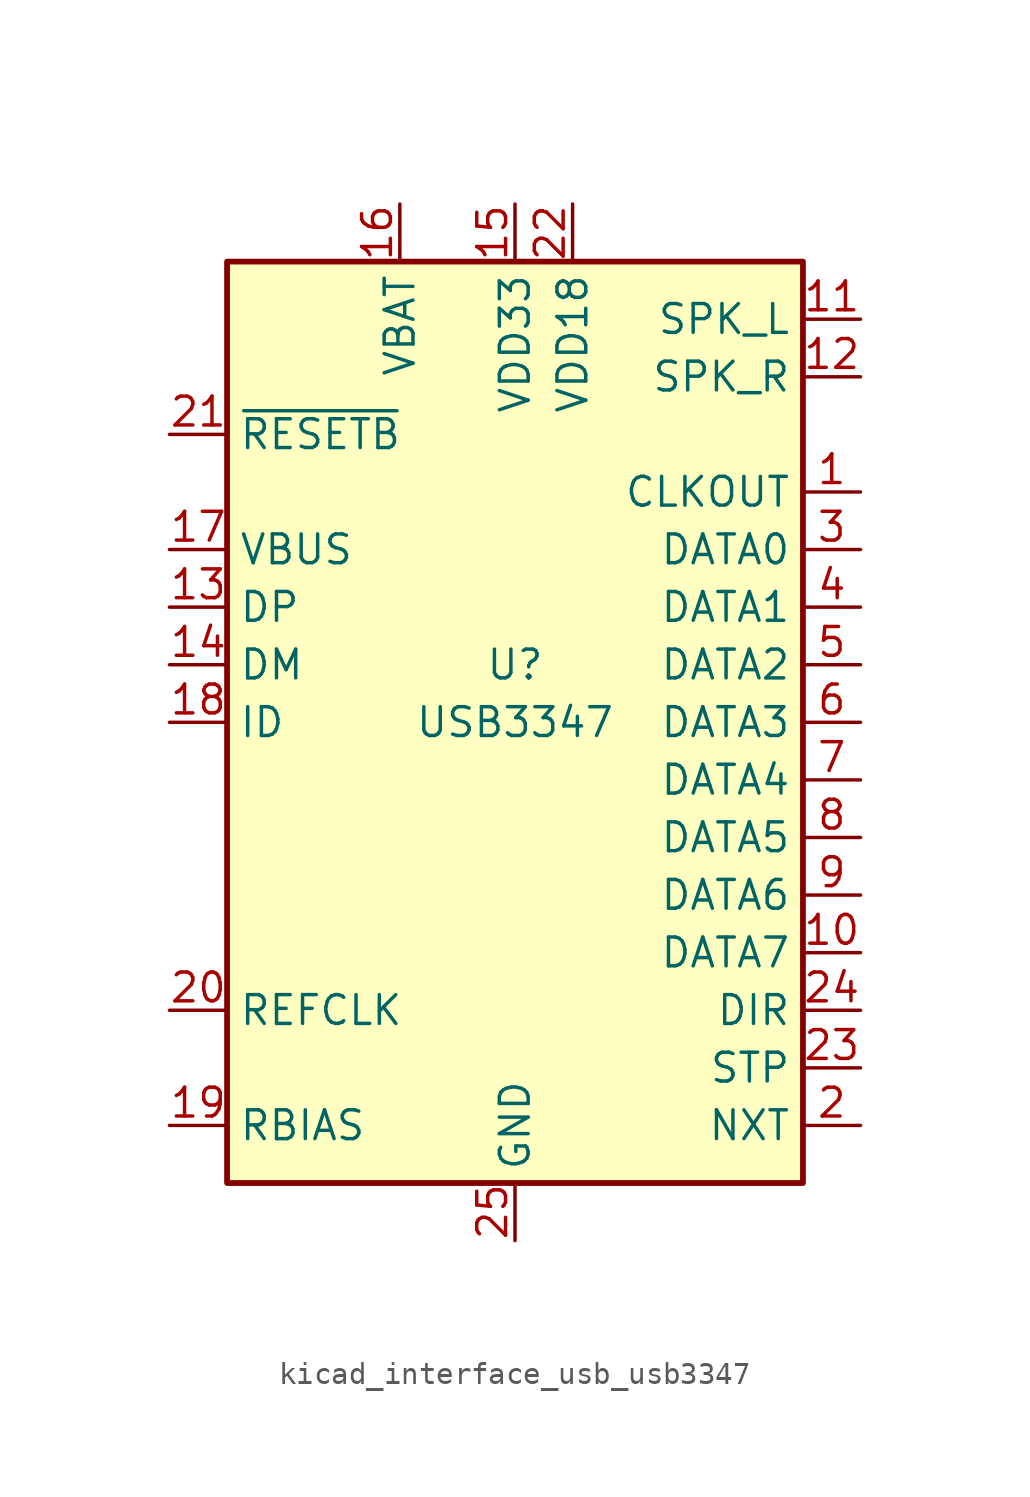
<source format=kicad_sym>
(kicad_symbol_lib
  (version 20220914)
  (generator kicad_symbol_editor)
  (symbol "kicad_interface_usb_usb3347"
    (property "Reference" "U"
      (at 0 2.54 0)
      (effects (font (size 1.27 1.27))))
    (property "Value" "USB3347"
      (at 0 0 0)
      (effects (font (size 1.27 1.27))))
    (symbol "kicad_interface_usb_usb3347_0_1"
      (rectangle (start -12.7 20.32) (end 12.7 -20.32) (stroke (width 0.254) (type default)) (fill (type background))))
    (symbol "kicad_interface_usb_usb3347_1_1"
      (pin output line (at 15.24 10.16 180) (length 2.54) (name "CLKOUT" (effects (font (size 1.27 1.27)))) (number "1" (effects (font (size 1.27 1.27)))))
      (pin bidirectional line (at 15.24 -10.16 180) (length 2.54) (name "DATA7" (effects (font (size 1.27 1.27)))) (number "10" (effects (font (size 1.27 1.27)))))
      (pin bidirectional line (at 15.24 17.78 180) (length 2.54) (name "SPK_L" (effects (font (size 1.27 1.27)))) (number "11" (effects (font (size 1.27 1.27)))))
      (pin bidirectional line (at 15.24 15.24 180) (length 2.54) (name "SPK_R" (effects (font (size 1.27 1.27)))) (number "12" (effects (font (size 1.27 1.27)))))
      (pin bidirectional line (at -15.24 5.08 0) (length 2.54) (name "DP" (effects (font (size 1.27 1.27)))) (number "13" (effects (font (size 1.27 1.27)))))
      (pin bidirectional line (at -15.24 2.54 0) (length 2.54) (name "DM" (effects (font (size 1.27 1.27)))) (number "14" (effects (font (size 1.27 1.27)))))
      (pin power_out line (at 0 22.86 270) (length 2.54) (name "VDD33" (effects (font (size 1.27 1.27)))) (number "15" (effects (font (size 1.27 1.27)))))
      (pin power_in line (at -5.08 22.86 270) (length 2.54) (name "VBAT" (effects (font (size 1.27 1.27)))) (number "16" (effects (font (size 1.27 1.27)))))
      (pin input line (at -15.24 7.62 0) (length 2.54) (name "VBUS" (effects (font (size 1.27 1.27)))) (number "17" (effects (font (size 1.27 1.27)))))
      (pin input line (at -15.24 0 0) (length 2.54) (name "ID" (effects (font (size 1.27 1.27)))) (number "18" (effects (font (size 1.27 1.27)))))
      (pin passive line (at -15.24 -17.78 0) (length 2.54) (name "RBIAS" (effects (font (size 1.27 1.27)))) (number "19" (effects (font (size 1.27 1.27)))))
      (pin output line (at 15.24 -17.78 180) (length 2.54) (name "NXT" (effects (font (size 1.27 1.27)))) (number "2" (effects (font (size 1.27 1.27)))))
      (pin input line (at -15.24 -12.7 0) (length 2.54) (name "REFCLK" (effects (font (size 1.27 1.27)))) (number "20" (effects (font (size 1.27 1.27)))))
      (pin input line (at -15.24 12.7 0) (length 2.54) (name "~{RESETB}" (effects (font (size 1.27 1.27)))) (number "21" (effects (font (size 1.27 1.27)))))
      (pin power_out line (at 2.54 22.86 270) (length 2.54) (name "VDD18" (effects (font (size 1.27 1.27)))) (number "22" (effects (font (size 1.27 1.27)))))
      (pin input line (at 15.24 -15.24 180) (length 2.54) (name "STP" (effects (font (size 1.27 1.27)))) (number "23" (effects (font (size 1.27 1.27)))))
      (pin output line (at 15.24 -12.7 180) (length 2.54) (name "DIR" (effects (font (size 1.27 1.27)))) (number "24" (effects (font (size 1.27 1.27)))))
      (pin power_in line (at 0 -22.86 90) (length 2.54) (name "GND" (effects (font (size 1.27 1.27)))) (number "25" (effects (font (size 1.27 1.27)))))
      (pin bidirectional line (at 15.24 7.62 180) (length 2.54) (name "DATA0" (effects (font (size 1.27 1.27)))) (number "3" (effects (font (size 1.27 1.27)))))
      (pin bidirectional line (at 15.24 5.08 180) (length 2.54) (name "DATA1" (effects (font (size 1.27 1.27)))) (number "4" (effects (font (size 1.27 1.27)))))
      (pin bidirectional line (at 15.24 2.54 180) (length 2.54) (name "DATA2" (effects (font (size 1.27 1.27)))) (number "5" (effects (font (size 1.27 1.27)))))
      (pin bidirectional line (at 15.24 0 180) (length 2.54) (name "DATA3" (effects (font (size 1.27 1.27)))) (number "6" (effects (font (size 1.27 1.27)))))
      (pin bidirectional line (at 15.24 -2.54 180) (length 2.54) (name "DATA4" (effects (font (size 1.27 1.27)))) (number "7" (effects (font (size 1.27 1.27)))))
      (pin bidirectional line (at 15.24 -5.08 180) (length 2.54) (name "DATA5" (effects (font (size 1.27 1.27)))) (number "8" (effects (font (size 1.27 1.27)))))
      (pin bidirectional line (at 15.24 -7.62 180) (length 2.54) (name "DATA6" (effects (font (size 1.27 1.27)))) (number "9" (effects (font (size 1.27 1.27))))))))
</source>
